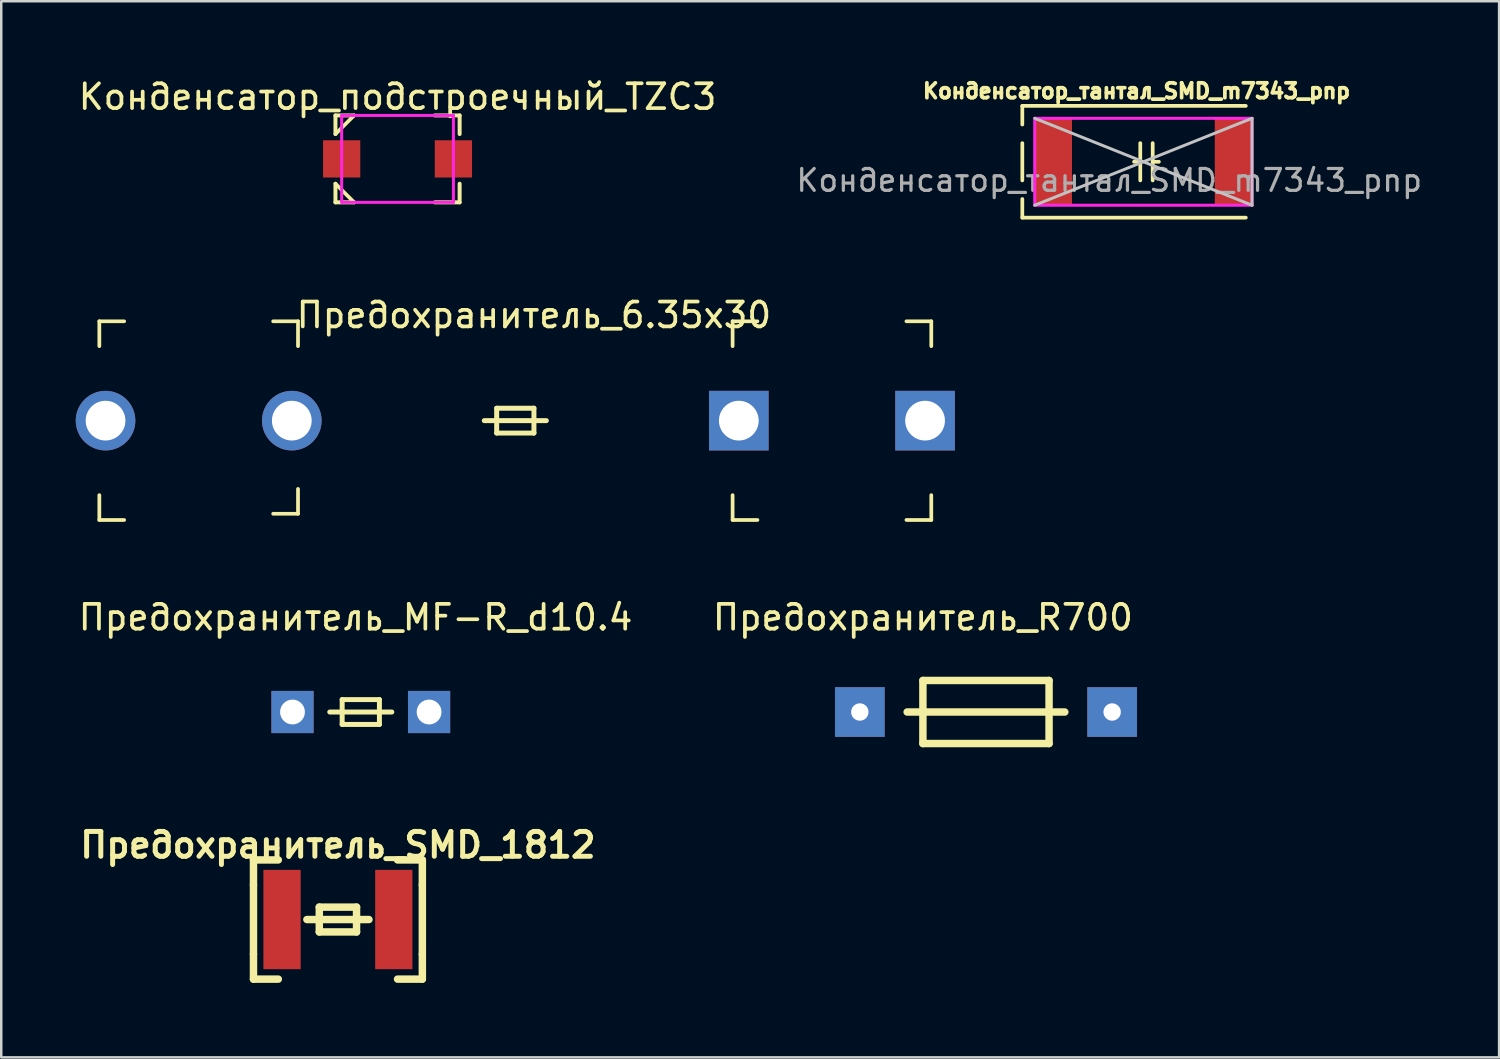
<source format=kicad_pcb>
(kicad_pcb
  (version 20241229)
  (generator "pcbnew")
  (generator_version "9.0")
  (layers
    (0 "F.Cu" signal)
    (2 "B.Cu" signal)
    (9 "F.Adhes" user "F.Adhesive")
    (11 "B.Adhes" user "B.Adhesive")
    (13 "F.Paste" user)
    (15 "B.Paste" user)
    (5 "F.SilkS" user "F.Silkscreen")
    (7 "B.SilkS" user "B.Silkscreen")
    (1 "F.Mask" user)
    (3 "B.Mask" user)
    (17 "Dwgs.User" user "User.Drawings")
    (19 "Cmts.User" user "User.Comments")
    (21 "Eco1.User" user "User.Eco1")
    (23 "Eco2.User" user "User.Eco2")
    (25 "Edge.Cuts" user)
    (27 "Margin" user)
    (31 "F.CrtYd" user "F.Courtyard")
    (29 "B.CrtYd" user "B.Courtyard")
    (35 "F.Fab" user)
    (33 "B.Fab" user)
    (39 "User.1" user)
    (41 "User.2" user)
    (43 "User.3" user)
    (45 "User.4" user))
  (footprint "Конденсатор_тантал_SMD_m7343_pnp"
    (layer "F.Cu")
    (at 42.991 3.464)
    (property "Reference" "Конденсатор_тантал_SMD_m7343_pnp" (at -0.275 -2.85 0) (layer "F.SilkS") (effects (font (size 0.6 0.6) (thickness 0.15))))
    (attr smd)
    (fp_line (start -4.875 -2.25) (end -4.875 -1.5) (stroke (width 0.15) (type solid)) (layer "F.SilkS"))
    (fp_line (start -4.875 -2.25) (end 4.125 -2.25) (stroke (width 0.15) (type solid)) (layer "F.SilkS"))
    (fp_line (start -4.875 -0.75) (end -4.875 0.75) (stroke (width 0.15) (type solid)) (layer "F.SilkS"))
    (fp_line (start -4.875 2.25) (end -4.875 1.5) (stroke (width 0.15) (type solid)) (layer "F.SilkS"))
    (fp_line (start -4.875 2.25) (end 4.125 2.25) (stroke (width 0.15) (type solid)) (layer "F.SilkS"))
    (fp_line (start -0.125 -0.75) (end -0.125 0.75) (stroke (width 0.15) (type solid)) (layer "F.SilkS"))
    (fp_line (start -0.125 0) (end -0.375 0) (stroke (width 0.15) (type solid)) (layer "F.SilkS"))
    (fp_line (start 0.375 -0.75) (end 0.375 0.75) (stroke (width 0.15) (type solid)) (layer "F.SilkS"))
    (fp_line (start 0.375 0) (end 0.625 0) (stroke (width 0.15) (type solid)) (layer "F.SilkS"))
    (fp_line (start -4.375 -1.75) (end 4.375 1.75) (stroke (width 0.12) (type solid)) (layer "Dwgs.User"))
    (fp_line (start 4.375 -1.75) (end -4.375 1.75) (stroke (width 0.12) (type solid)) (layer "Dwgs.User"))
    (fp_line (start 4.375 1.75) (end 4.375 -1.75) (stroke (width 0.12) (type solid)) (layer "Dwgs.User"))
    (fp_line (start -4.375 -1.75) (end 4.375 -1.75) (stroke (width 0.12) (type solid)) (layer "F.CrtYd"))
    (fp_line (start -4.375 1.75) (end -4.375 -1.75) (stroke (width 0.12) (type solid)) (layer "F.CrtYd"))
    (fp_line (start 4.375 -1.75) (end 4.375 1.75) (stroke (width 0.12) (type solid)) (layer "F.CrtYd"))
    (fp_line (start 4.375 1.75) (end -4.375 1.75) (stroke (width 0.12) (type solid)) (layer "F.CrtYd"))
    (fp_text user "${REFERENCE}" (at -1.375 0.75 0) (layer "F.Fab") (effects (font (size 0.88 0.88) (thickness 0.13))))
    (pad "1" smd rect (at -3.625 0) (size 1.5 3.5) (layers "F.Cu" "F.Mask" "F.Paste"))
    (pad "2" smd rect (at 3.625 0) (size 1.5 3.5) (layers "F.Cu" "F.Mask" "F.Paste")))
  (footprint "Предохранитель_6.35x30"
    (layer "F.Cu")
    (at 8.95 13.888)
    (property "Reference" "Предохранитель_6.35x30" (at 9.5 -4.25 0) (layer "F.SilkS") (effects (font (size 1 1) (thickness 0.15))))
    (attr through_hole)
    (fp_line (start -8 -4) (end -8 -3) (stroke (width 0.15) (type solid)) (layer "F.SilkS"))
    (fp_line (start -8 -4) (end -7 -4) (stroke (width 0.15) (type solid)) (layer "F.SilkS"))
    (fp_line (start -8 4) (end -8 3) (stroke (width 0.15) (type solid)) (layer "F.SilkS"))
    (fp_line (start -8 4) (end -7 4) (stroke (width 0.15) (type solid)) (layer "F.SilkS"))
    (fp_line (start 0 -4) (end -1 -4) (stroke (width 0.15) (type solid)) (layer "F.SilkS"))
    (fp_line (start 0 -4) (end 0 -3) (stroke (width 0.15) (type solid)) (layer "F.SilkS"))
    (fp_line (start 0 3.75) (end -1 3.75) (stroke (width 0.15) (type solid)) (layer "F.SilkS"))
    (fp_line (start 0 3.75) (end 0 2.75) (stroke (width 0.15) (type solid)) (layer "F.SilkS"))
    (fp_line (start 7.5 0) (end 10 0) (stroke (width 0.2) (type solid)) (layer "F.SilkS"))
    (fp_line (start 8 -0.5) (end 9.5 -0.5) (stroke (width 0.2) (type solid)) (layer "F.SilkS"))
    (fp_line (start 8 0.5) (end 8 -0.5) (stroke (width 0.2) (type solid)) (layer "F.SilkS"))
    (fp_line (start 9.5 -0.5) (end 9.5 0.5) (stroke (width 0.2) (type solid)) (layer "F.SilkS"))
    (fp_line (start 9.5 0.5) (end 8 0.5) (stroke (width 0.2) (type solid)) (layer "F.SilkS"))
    (fp_line (start 17.5 -4) (end 17.5 -3) (stroke (width 0.15) (type solid)) (layer "F.SilkS"))
    (fp_line (start 17.5 -4) (end 18.5 -4) (stroke (width 0.15) (type solid)) (layer "F.SilkS"))
    (fp_line (start 17.5 4) (end 17.5 3) (stroke (width 0.15) (type solid)) (layer "F.SilkS"))
    (fp_line (start 17.5 4) (end 18.5 4) (stroke (width 0.15) (type solid)) (layer "F.SilkS"))
    (fp_line (start 25.5 -4) (end 24.5 -4) (stroke (width 0.15) (type solid)) (layer "F.SilkS"))
    (fp_line (start 25.5 -4) (end 25.5 -3) (stroke (width 0.15) (type solid)) (layer "F.SilkS"))
    (fp_line (start 25.5 4) (end 24.5 4) (stroke (width 0.15) (type solid)) (layer "F.SilkS"))
    (fp_line (start 25.5 4) (end 25.5 3) (stroke (width 0.15) (type solid)) (layer "F.SilkS"))
    (pad "1" thru_hole circle (at -7.75 0) (size 2.4 2.4) (drill 1.6) (layers "*.Cu" "*.Mask"))
    (pad "1" thru_hole circle (at -0.25 0) (size 2.4 2.4) (drill 1.6) (layers "*.Cu" "*.Mask"))
    (pad "2" thru_hole rect (at 17.75 0 90) (size 2.4 2.4) (drill 1.6) (layers "*.Cu" "*.Mask"))
    (pad "2" thru_hole rect (at 25.25 0 90) (size 2.4 2.4) (drill 1.6) (layers "*.Cu" "*.Mask")))
  (footprint "Предохранитель_SMD_1812"
    (layer "F.Cu")
    (at 8.307 33.977)
    (property "Reference" "Предохранитель_SMD_1812" (at 2.25 -3 180) (layer "F.SilkS") (effects (font (size 1 1) (thickness 0.2))))
    (attr through_hole)
    (fp_line (start -1.15 -2.4) (end -1.15 -1.4) (stroke (width 0.3) (type solid)) (layer "F.SilkS"))
    (fp_line (start -1.15 -2.4) (end -0.15 -2.4) (stroke (width 0.3) (type solid)) (layer "F.SilkS"))
    (fp_line (start -1.15 -1.4) (end -1.15 1.4) (stroke (width 0.3) (type solid)) (layer "F.SilkS"))
    (fp_line (start -1.15 2.4) (end -1.15 1.4) (stroke (width 0.3) (type solid)) (layer "F.SilkS"))
    (fp_line (start -1.15 2.4) (end -0.15 2.4) (stroke (width 0.3) (type solid)) (layer "F.SilkS"))
    (fp_line (start 1 0) (end 3.5 0) (stroke (width 0.3) (type solid)) (layer "F.SilkS"))
    (fp_line (start 1.5 -0.5) (end 3 -0.5) (stroke (width 0.3) (type solid)) (layer "F.SilkS"))
    (fp_line (start 1.5 0.5) (end 1.5 -0.5) (stroke (width 0.3) (type solid)) (layer "F.SilkS"))
    (fp_line (start 3 -0.5) (end 3 0.5) (stroke (width 0.3) (type solid)) (layer "F.SilkS"))
    (fp_line (start 3 0.5) (end 1.5 0.5) (stroke (width 0.3) (type solid)) (layer "F.SilkS"))
    (fp_line (start 5.65 -2.4) (end 4.65 -2.4) (stroke (width 0.3) (type solid)) (layer "F.SilkS"))
    (fp_line (start 5.65 -2.4) (end 5.65 -1.4) (stroke (width 0.3) (type solid)) (layer "F.SilkS"))
    (fp_line (start 5.65 -1.4) (end 5.65 1.4) (stroke (width 0.3) (type solid)) (layer "F.SilkS"))
    (fp_line (start 5.65 2.4) (end 4.65 2.4) (stroke (width 0.3) (type solid)) (layer "F.SilkS"))
    (fp_line (start 5.65 2.4) (end 5.65 1.4) (stroke (width 0.3) (type solid)) (layer "F.SilkS"))
    (pad "1" smd rect (at 0 0) (size 1.5 4) (layers "F.Cu" "F.Mask" "F.Paste"))
    (pad "2" smd rect (at 4.5 0) (size 1.5 4) (layers "F.Cu" "F.Mask" "F.Paste")))
  (footprint "Конденсатор_подстроечный_TZC3"
    (layer "F.Cu")
    (at 10.708 3.348)
    (property "Reference" "Конденсатор_подстроечный_TZC3" (at 2.25 -2.5 0) (layer "F.SilkS") (effects (font (size 1 1) (thickness 0.15))))
    (attr through_hole)
    (fp_line (start -0.25 -1.75) (end -0.25 -1) (stroke (width 0.16) (type solid)) (layer "F.SilkS"))
    (fp_line (start -0.25 -1.75) (end 0.5 -1.75) (stroke (width 0.16) (type solid)) (layer "F.SilkS"))
    (fp_line (start -0.25 -1) (end 0.5 -1.75) (stroke (width 0.15) (type solid)) (layer "F.SilkS"))
    (fp_line (start -0.25 1) (end 0.5 1.75) (stroke (width 0.15) (type solid)) (layer "F.SilkS"))
    (fp_line (start -0.25 1.75) (end -0.25 1) (stroke (width 0.16) (type solid)) (layer "F.SilkS"))
    (fp_line (start -0.25 1.75) (end 0.5 1.75) (stroke (width 0.16) (type solid)) (layer "F.SilkS"))
    (fp_line (start 4.75 -1.75) (end 3.75 -1.75) (stroke (width 0.16) (type solid)) (layer "F.SilkS"))
    (fp_line (start 4.75 -1.75) (end 4.75 -1) (stroke (width 0.16) (type solid)) (layer "F.SilkS"))
    (fp_line (start 4.75 1.75) (end 3.75 1.75) (stroke (width 0.16) (type solid)) (layer "F.SilkS"))
    (fp_line (start 4.75 1.75) (end 4.75 1) (stroke (width 0.16) (type solid)) (layer "F.SilkS"))
    (fp_line (start 0 -1.75) (end 0 1.75) (stroke (width 0.12) (type solid)) (layer "F.CrtYd"))
    (fp_line (start 0 1.75) (end 4.5 1.75) (stroke (width 0.12) (type solid)) (layer "F.CrtYd"))
    (fp_line (start 4.5 -1.75) (end 0 -1.75) (stroke (width 0.12) (type solid)) (layer "F.CrtYd"))
    (fp_line (start 4.5 1.75) (end 4.5 -1.75) (stroke (width 0.12) (type solid)) (layer "F.CrtYd"))
    (pad "1" smd rect (at 0 0) (size 1.5 1.5) (layers "F.Cu" "F.Mask" "F.Paste"))
    (pad "2" smd rect (at 4.5 0) (size 1.5 1.5) (layers "F.Cu" "F.Mask" "F.Paste")))
  (footprint "Предохранитель_MF-R_d10.4"
    (layer "F.Cu")
    (at 8.728 25.621)
    (property "Reference" "Предохранитель_MF-R_d10.4" (at 2.54 -3.81 0) (layer "F.SilkS") (effects (font (size 1 1) (thickness 0.15))))
    (attr through_hole)
    (fp_line (start 1.5 0) (end 4 0) (stroke (width 0.2) (type solid)) (layer "F.SilkS"))
    (fp_line (start 2 -0.5) (end 3.5 -0.5) (stroke (width 0.2) (type solid)) (layer "F.SilkS"))
    (fp_line (start 2 0.5) (end 2 -0.5) (stroke (width 0.2) (type solid)) (layer "F.SilkS"))
    (fp_line (start 3.5 -0.5) (end 3.5 0.5) (stroke (width 0.2) (type solid)) (layer "F.SilkS"))
    (fp_line (start 3.5 0.5) (end 2 0.5) (stroke (width 0.2) (type solid)) (layer "F.SilkS"))
    (pad "1" thru_hole rect (at 0 0) (size 1.7 1.7) (drill 1) (layers "*.Cu" "*.Mask"))
    (pad "2" thru_hole rect (at 5.5 0 90) (size 1.7 1.7) (drill 1) (layers "*.Cu" "*.Mask")))
  (footprint "Предохранитель_R700"
    (layer "F.Cu")
    (at 31.573 25.621)
    (property "Reference" "Предохранитель_R700" (at 2.54 -3.81 0) (layer "F.SilkS") (effects (font (size 1 1) (thickness 0.15))))
    (attr through_hole)
    (fp_line (start 1.905 0) (end 8.255 0) (stroke (width 0.3) (type solid)) (layer "F.SilkS"))
    (fp_line (start 2.54 -1.27) (end 2.54 1.27) (stroke (width 0.3) (type solid)) (layer "F.SilkS"))
    (fp_line (start 2.54 1.27) (end 7.62 1.27) (stroke (width 0.3) (type solid)) (layer "F.SilkS"))
    (fp_line (start 7.62 -1.27) (end 2.54 -1.27) (stroke (width 0.3) (type solid)) (layer "F.SilkS"))
    (fp_line (start 7.62 1.27) (end 7.62 -1.27) (stroke (width 0.3) (type solid)) (layer "F.SilkS"))
    (pad "1" thru_hole rect (at 0 0) (size 2 2) (drill 0.7) (layers "*.Cu" "*.Mask"))
    (pad "2" thru_hole rect (at 10.16 0) (size 2 2) (drill 0.7) (layers "*.Cu" "*.Mask")))
  (gr_rect
    (start -3 -3)
    (end 57.315 39.527)
    (stroke (width 0.1) (type default))
    (fill no)
    (layer "Edge.Cuts")))
</source>
